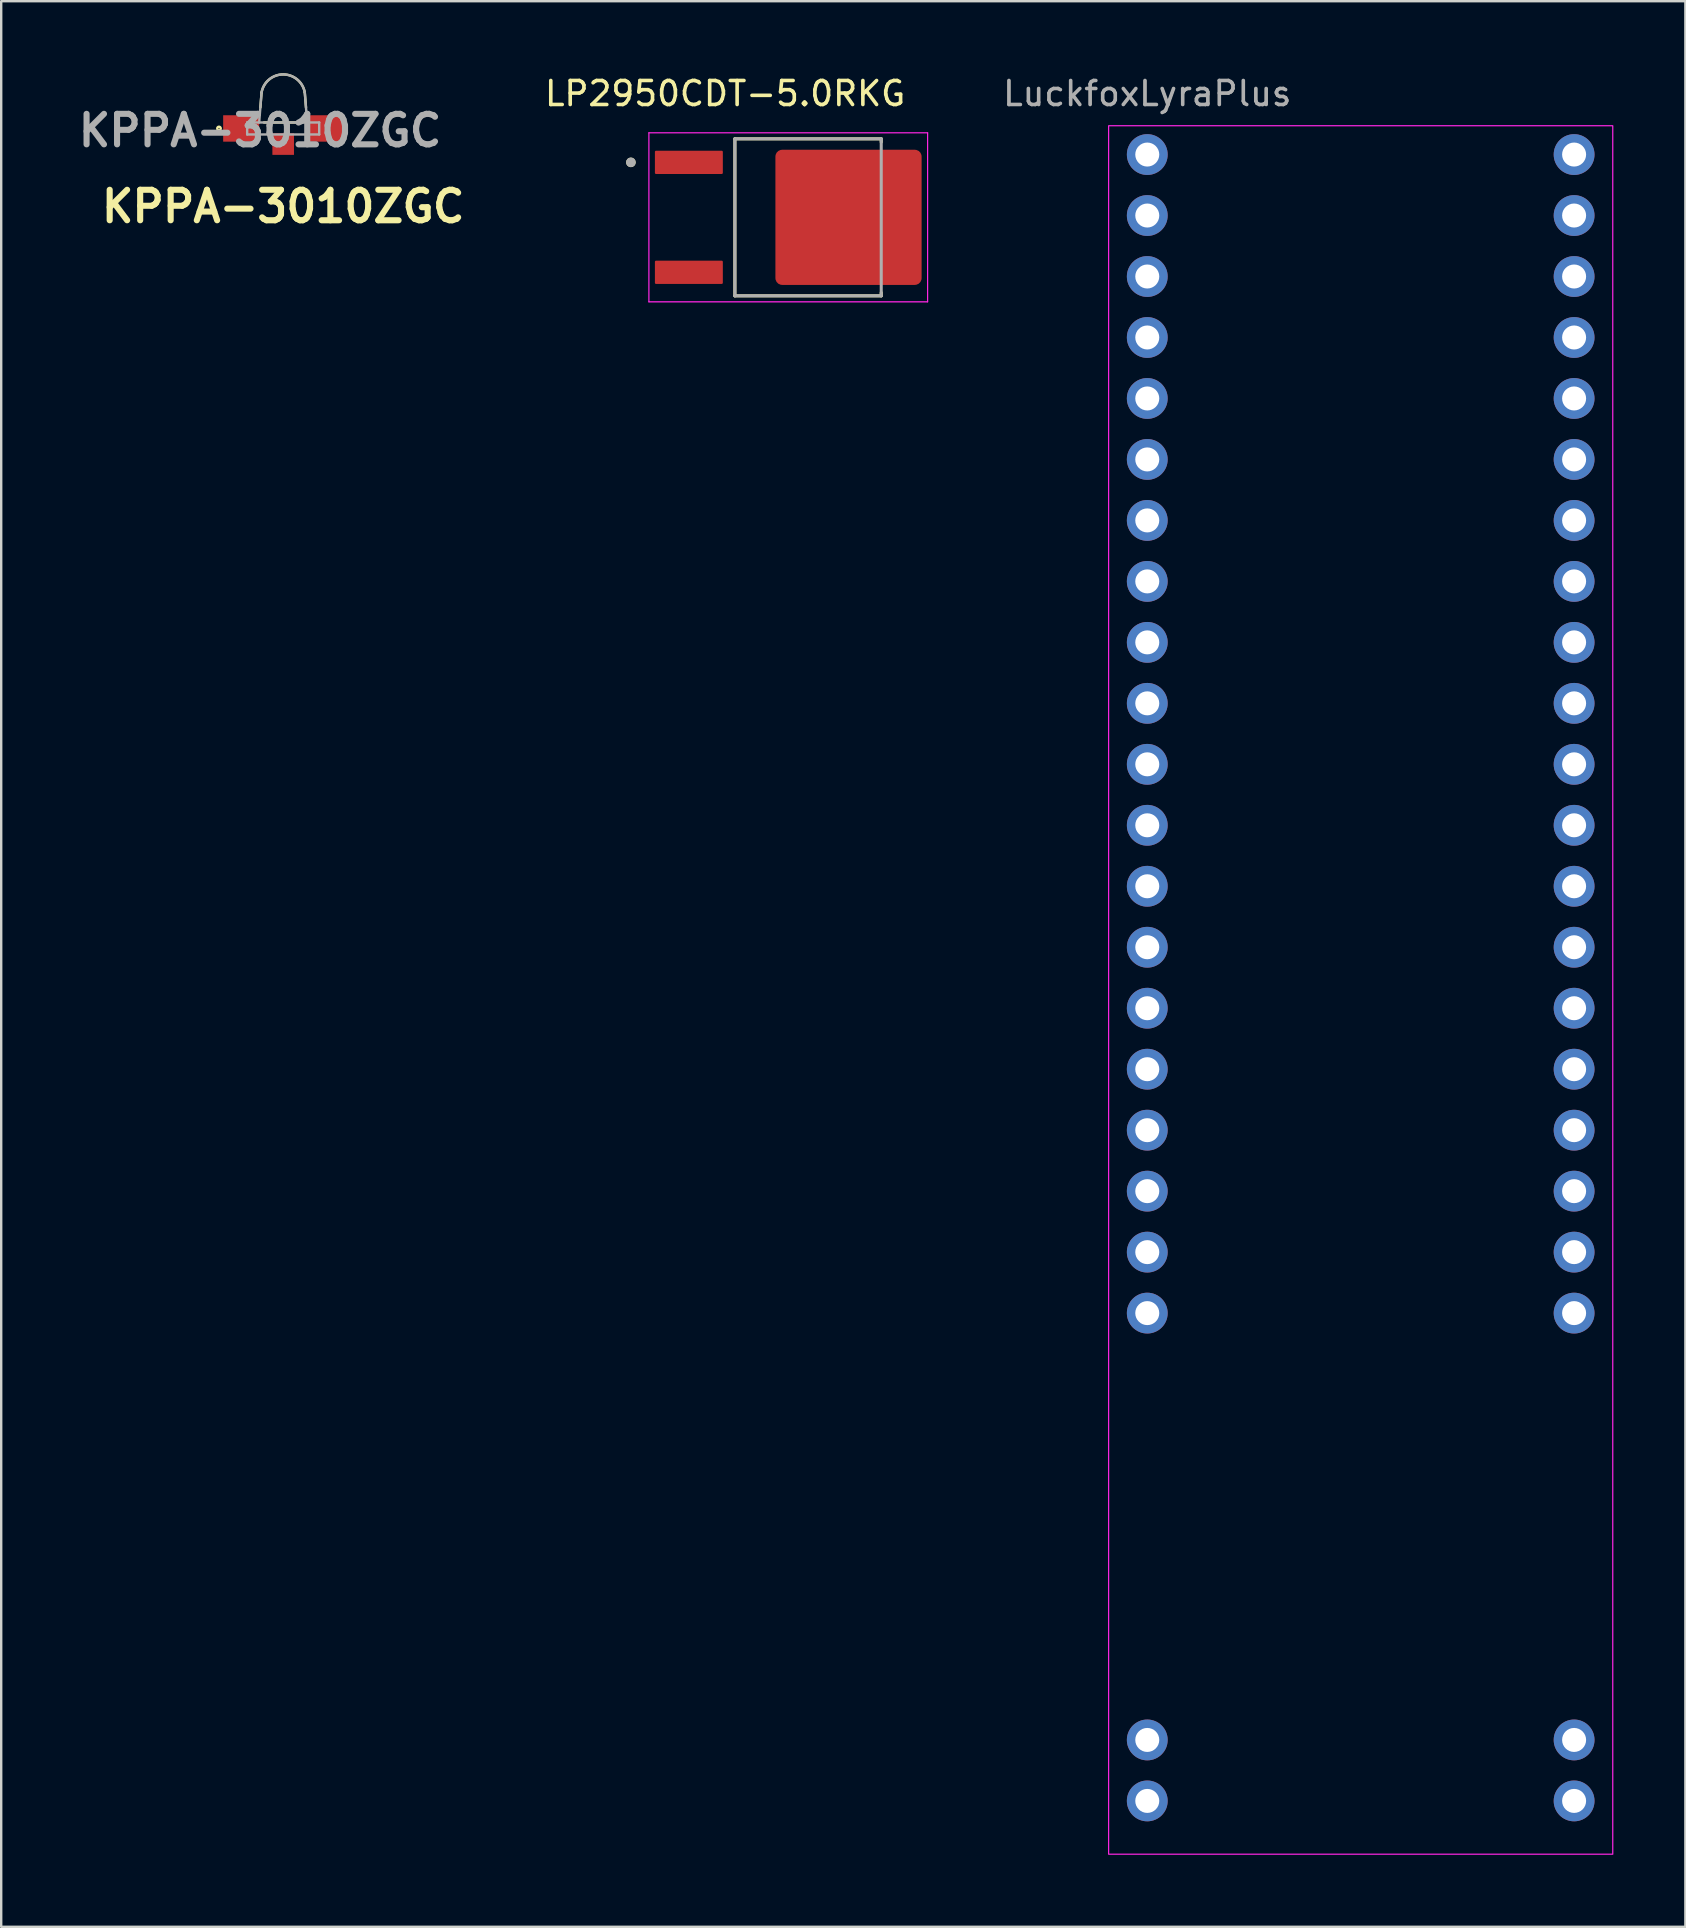
<source format=kicad_pcb>
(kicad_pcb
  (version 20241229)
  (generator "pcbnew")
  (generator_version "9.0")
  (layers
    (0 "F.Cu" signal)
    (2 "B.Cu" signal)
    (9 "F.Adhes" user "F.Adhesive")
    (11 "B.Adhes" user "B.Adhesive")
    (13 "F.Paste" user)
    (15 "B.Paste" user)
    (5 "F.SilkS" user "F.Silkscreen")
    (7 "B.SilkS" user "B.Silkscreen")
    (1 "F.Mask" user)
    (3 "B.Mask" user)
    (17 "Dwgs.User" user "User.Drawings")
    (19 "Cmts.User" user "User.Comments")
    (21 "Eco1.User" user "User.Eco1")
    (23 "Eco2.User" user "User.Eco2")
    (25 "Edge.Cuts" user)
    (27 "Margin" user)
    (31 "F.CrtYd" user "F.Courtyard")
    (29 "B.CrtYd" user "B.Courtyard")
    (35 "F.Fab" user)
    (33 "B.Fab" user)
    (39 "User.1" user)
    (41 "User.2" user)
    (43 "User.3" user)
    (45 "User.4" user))
  (footprint "LuckfoxLyraPlus"
    (layer "F.Cu")
    (at 44.74 3.388)
    (property "Reference" "LuckfoxLyraPlus" (at 0 -2.54 0) (unlocked yes) (layer "F.SilkS") (effects (font (size 1 1) (thickness 0.1))))
    (attr through_hole)
    (fp_rect (start -1.61 -1.2) (end 19.39 70.8) (stroke (width 0.05) (type solid)) (fill no) (layer "F.CrtYd"))
    (fp_line (start -2 0) (end 2 0) (stroke (width 0.1) (type default)) (layer "User.1"))
    (fp_line (start 0 -2) (end 0 2) (stroke (width 0.1) (type default)) (layer "User.1"))
    (fp_text user "${REFERENCE}" (at 0 -2.54 0) (unlocked yes) (layer "F.Fab") (effects (font (size 1 1) (thickness 0.15))))
    (pad "1" thru_hole circle (at 0 0) (size 1.7 1.7) (drill 1) (layers "*.Cu" "*.Mask"))
    (pad "2" thru_hole circle (at 0 2.54) (size 1.7 1.7) (drill 1) (layers "*.Cu" "*.Mask"))
    (pad "3" thru_hole circle (at 0 5.08) (size 1.7 1.7) (drill 1) (layers "*.Cu" "*.Mask"))
    (pad "4" thru_hole circle (at 0 7.62) (size 1.7 1.7) (drill 1) (layers "*.Cu" "*.Mask"))
    (pad "5" thru_hole circle (at 0 10.16) (size 1.7 1.7) (drill 1) (layers "*.Cu" "*.Mask"))
    (pad "6" thru_hole circle (at 0 12.7) (size 1.7 1.7) (drill 1) (layers "*.Cu" "*.Mask"))
    (pad "7" thru_hole circle (at 0 15.24) (size 1.7 1.7) (drill 1) (layers "*.Cu" "*.Mask"))
    (pad "8" thru_hole circle (at 0 17.78) (size 1.7 1.7) (drill 1) (layers "*.Cu" "*.Mask"))
    (pad "9" thru_hole circle (at 0 20.32) (size 1.7 1.7) (drill 1) (layers "*.Cu" "*.Mask"))
    (pad "10" thru_hole circle (at 0 22.86) (size 1.7 1.7) (drill oval 1) (layers "*.Cu" "*.Mask"))
    (pad "11" thru_hole circle (at 0 25.4) (size 1.7 1.7) (drill 1) (layers "*.Cu" "*.Mask"))
    (pad "12" thru_hole circle (at 0 27.94) (size 1.7 1.7) (drill 1) (layers "*.Cu" "*.Mask"))
    (pad "13" thru_hole circle (at 0 30.48) (size 1.7 1.7) (drill 1) (layers "*.Cu" "*.Mask"))
    (pad "14" thru_hole circle (at 0 33.02) (size 1.7 1.7) (drill 1) (layers "*.Cu" "*.Mask"))
    (pad "15" thru_hole circle (at 0 35.56) (size 1.7 1.7) (drill 1) (layers "*.Cu" "*.Mask"))
    (pad "16" thru_hole circle (at 0 38.1) (size 1.7 1.7) (drill 1) (layers "*.Cu" "*.Mask"))
    (pad "17" thru_hole circle (at 0 40.64) (size 1.7 1.7) (drill 1) (layers "*.Cu" "*.Mask"))
    (pad "18" thru_hole circle (at 0 43.18) (size 1.7 1.7) (drill 1) (layers "*.Cu" "*.Mask"))
    (pad "19" thru_hole circle (at 0 45.72) (size 1.7 1.7) (drill 1) (layers "*.Cu" "*.Mask"))
    (pad "20" thru_hole circle (at 0 48.26) (size 1.7 1.7) (drill 1) (layers "*.Cu" "*.Mask"))
    (pad "21" thru_hole circle (at 17.78 48.26) (size 1.7 1.7) (drill 1) (layers "*.Cu" "*.Mask"))
    (pad "22" thru_hole circle (at 17.78 45.72) (size 1.7 1.7) (drill 1) (layers "*.Cu" "*.Mask"))
    (pad "23" thru_hole circle (at 17.78 43.18) (size 1.7 1.7) (drill 1) (layers "*.Cu" "*.Mask"))
    (pad "24" thru_hole circle (at 17.78 40.64) (size 1.7 1.7) (drill 1) (layers "*.Cu" "*.Mask"))
    (pad "25" thru_hole circle (at 17.78 38.1) (size 1.7 1.7) (drill 1) (layers "*.Cu" "*.Mask"))
    (pad "26" thru_hole circle (at 17.78 35.56) (size 1.7 1.7) (drill 1) (layers "*.Cu" "*.Mask"))
    (pad "27" thru_hole circle (at 17.78 33.02) (size 1.7 1.7) (drill 1) (layers "*.Cu" "*.Mask"))
    (pad "28" thru_hole circle (at 17.78 30.48) (size 1.7 1.7) (drill 1) (layers "*.Cu" "*.Mask"))
    (pad "29" thru_hole circle (at 17.78 27.94) (size 1.7 1.7) (drill 1) (layers "*.Cu" "*.Mask"))
    (pad "30" thru_hole circle (at 17.78 25.4) (size 1.7 1.7) (drill 1) (layers "*.Cu" "*.Mask"))
    (pad "31" thru_hole circle (at 17.78 22.86) (size 1.7 1.7) (drill 1) (layers "*.Cu" "*.Mask"))
    (pad "32" thru_hole circle (at 17.78 20.32) (size 1.7 1.7) (drill 1) (layers "*.Cu" "*.Mask"))
    (pad "33" thru_hole circle (at 17.78 17.78) (size 1.7 1.7) (drill 1) (layers "*.Cu" "*.Mask"))
    (pad "34" thru_hole circle (at 17.78 15.24) (size 1.7 1.7) (drill 1) (layers "*.Cu" "*.Mask"))
    (pad "35" thru_hole circle (at 17.78 12.7) (size 1.7 1.7) (drill 1) (layers "*.Cu" "*.Mask"))
    (pad "36" thru_hole circle (at 17.78 10.16) (size 1.7 1.7) (drill 1) (layers "*.Cu" "*.Mask"))
    (pad "37" thru_hole circle (at 17.78 7.62) (size 1.7 1.7) (drill 1) (layers "*.Cu" "*.Mask"))
    (pad "38" thru_hole circle (at 17.78 5.08) (size 1.7 1.7) (drill 1) (layers "*.Cu" "*.Mask"))
    (pad "39" thru_hole circle (at 17.78 2.54) (size 1.7 1.7) (drill 1) (layers "*.Cu" "*.Mask"))
    (pad "40" thru_hole circle (at 17.78 0) (size 1.7 1.7) (drill 1) (layers "*.Cu" "*.Mask"))
    (pad "41" thru_hole circle (at 0 66.04) (size 1.7 1.7) (drill 1) (layers "*.Cu" "*.Mask"))
    (pad "42" thru_hole circle (at 17.78 66.04) (size 1.7 1.7) (drill 1) (layers "*.Cu" "*.Mask"))
    (pad "43" thru_hole circle (at 0 68.58) (size 1.7 1.7) (drill 1) (layers "*.Cu" "*.Mask"))
    (pad "44" thru_hole circle (at 17.78 68.58) (size 1.7 1.7) (drill 1) (layers "*.Cu" "*.Mask")))
  (footprint "LP2950CDT-5.0RKG"
    (layer "F.Cu")
    (at 29.785 6.003)
    (property "Reference" "LP2950CDT-5.0RKG" (at -2.63 -5.155 0) (layer "F.SilkS") (effects (font (size 1 1) (thickness 0.15))))
    (attr smd)
    (fp_line (start -2.223 -3.27) (end 3.873 -3.27) (stroke (width 0.127) (type solid)) (layer "F.SilkS"))
    (fp_line (start -2.223 3.27) (end -2.223 -3.27) (stroke (width 0.127) (type solid)) (layer "F.SilkS"))
    (fp_line (start 3.873 -3.27) (end 3.873 -3.135) (stroke (width 0.127) (type solid)) (layer "F.SilkS"))
    (fp_line (start 3.873 3.27) (end -2.223 3.27) (stroke (width 0.127) (type solid)) (layer "F.SilkS"))
    (fp_line (start 3.873 3.27) (end 3.873 3.135) (stroke (width 0.127) (type solid)) (layer "F.SilkS"))
    (fp_circle (center -6.555 -2.29) (end -6.455 -2.29) (stroke (width 0.2) (type solid)) (fill no) (layer "F.SilkS"))
    (fp_poly (pts (xy -0.175 -2.28) (xy 1.135 -2.28) (xy 1.135 -0.54) (xy -0.175 -0.54)) (stroke (width 0.01) (type solid)) (fill yes) (layer "F.Paste"))
    (fp_poly (pts (xy -0.175 0.54) (xy 1.135 0.54) (xy 1.135 2.28) (xy -0.175 2.28)) (stroke (width 0.01) (type solid)) (fill yes) (layer "F.Paste"))
    (fp_poly (pts (xy 1.855 -2.28) (xy 3.165 -2.28) (xy 3.165 -0.54) (xy 1.855 -0.54)) (stroke (width 0.01) (type solid)) (fill yes) (layer "F.Paste"))
    (fp_poly (pts (xy 1.855 0.54) (xy 3.165 0.54) (xy 3.165 2.28) (xy 1.855 2.28)) (stroke (width 0.01) (type solid)) (fill yes) (layer "F.Paste"))
    (fp_poly (pts (xy 3.885 -2.28) (xy 5.195 -2.28) (xy 5.195 -0.54) (xy 3.885 -0.54)) (stroke (width 0.01) (type solid)) (fill yes) (layer "F.Paste"))
    (fp_poly (pts (xy 3.885 0.54) (xy 5.195 0.54) (xy 5.195 2.28) (xy 3.885 2.28)) (stroke (width 0.01) (type solid)) (fill yes) (layer "F.Paste"))
    (fp_line (start -5.805 -3.52) (end -5.805 3.52) (stroke (width 0.05) (type solid)) (layer "F.CrtYd"))
    (fp_line (start -5.805 3.52) (end 5.805 3.52) (stroke (width 0.05) (type solid)) (layer "F.CrtYd"))
    (fp_line (start 5.805 -3.52) (end -5.805 -3.52) (stroke (width 0.05) (type solid)) (layer "F.CrtYd"))
    (fp_line (start 5.805 3.52) (end 5.805 -3.52) (stroke (width 0.05) (type solid)) (layer "F.CrtYd"))
    (fp_line (start -2.223 -3.27) (end 3.873 -3.27) (stroke (width 0.127) (type solid)) (layer "F.Fab"))
    (fp_line (start -2.223 3.27) (end -2.223 -3.27) (stroke (width 0.127) (type solid)) (layer "F.Fab"))
    (fp_line (start 3.873 -3.27) (end 3.873 3.27) (stroke (width 0.127) (type solid)) (layer "F.Fab"))
    (fp_line (start 3.873 3.27) (end -2.223 3.27) (stroke (width 0.127) (type solid)) (layer "F.Fab"))
    (fp_circle (center -6.555 -2.29) (end -6.455 -2.29) (stroke (width 0.2) (type solid)) (fill no) (layer "F.Fab"))
    (pad "1" smd roundrect (at -4.14 -2.29) (size 2.83 0.97) (layers "F.Cu" "F.Mask" "F.Paste") (roundrect_rratio 0.05))
    (pad "3" smd roundrect (at -4.14 2.29) (size 2.83 0.97) (layers "F.Cu" "F.Mask" "F.Paste") (roundrect_rratio 0.05))
    (pad "4" smd roundrect (at 2.51 0) (size 6.09 5.63) (layers "F.Cu" "F.Mask") (roundrect_rratio 0.05)))
  (footprint "KPPA-3010ZGC"
    (layer "F.Cu")
    (at 8.746 2.551)
    (property "Reference" "KPPA-3010ZGC" (at 0 3 0) (layer "F.SilkS") (effects (font (size 1.27 1.27) (thickness 0.254))))
    (attr smd)
    (fp_line (start -0.95 -1.125) (end -0.9 -1.75) (stroke (width 0.1) (type solid)) (layer "F.SilkS"))
    (fp_line (start -0.8 -0.5) (end 0.8 -0.5) (stroke (width 0.1) (type solid)) (layer "F.SilkS"))
    (fp_line (start 0.9 -1.75) (end 0.95 -1.125) (stroke (width 0.1) (type solid)) (layer "F.SilkS"))
    (fp_arc (start -0.899872 -1.750702) (mid 0.000357 -2.501481) (end 0.9 -1.75) (stroke (width 0.1) (type solid)) (layer "F.SilkS"))
    (fp_circle (center -2.674 -0.25) (end -2.674 -0.227) (stroke (width 0.1) (type solid)) (fill no) (layer "F.SilkS"))
    (fp_line (start -1.5 -0.5) (end 1.5 -0.5) (stroke (width 0.1) (type solid)) (layer "F.Fab"))
    (fp_line (start -1.5 0) (end -1.5 -0.5) (stroke (width 0.1) (type solid)) (layer "F.Fab"))
    (fp_line (start -1 -0.5) (end -0.9 -1.75) (stroke (width 0.1) (type solid)) (layer "F.Fab"))
    (fp_line (start 1 -0.5) (end 0.9 -1.75) (stroke (width 0.1) (type solid)) (layer "F.Fab"))
    (fp_line (start 1.5 -0.5) (end 1.5 0) (stroke (width 0.1) (type solid)) (layer "F.Fab"))
    (fp_line (start 1.5 0) (end -1.5 0) (stroke (width 0.1) (type solid)) (layer "F.Fab"))
    (fp_arc (start -0.9 -1.75) (mid -0.000357 -2.501481) (end 0.899872 -1.750702) (stroke (width 0.1) (type solid)) (layer "F.Fab"))
    (fp_text user "${REFERENCE}" (at -0.963 -0.163 0) (layer "F.Fab") (effects (font (size 1.27 1.27) (thickness 0.254))))
    (pad "1" smd rect (at -1.75 -0.25 90) (size 1.1 1.5) (layers "F.Cu" "F.Mask" "F.Paste"))
    (pad "2" smd rect (at 1.75 -0.25 90) (size 1.1 1.5) (layers "F.Cu" "F.Mask" "F.Paste"))
    (pad "3" smd rect (at 0 0.4 90) (size 0.9 0.9) (layers "F.Cu" "F.Mask" "F.Paste")))
  (gr_rect
    (start -3 -3)
    (end 67.155 77.213)
    (stroke (width 0.1) (type default))
    (fill no)
    (layer "Edge.Cuts")))
</source>
